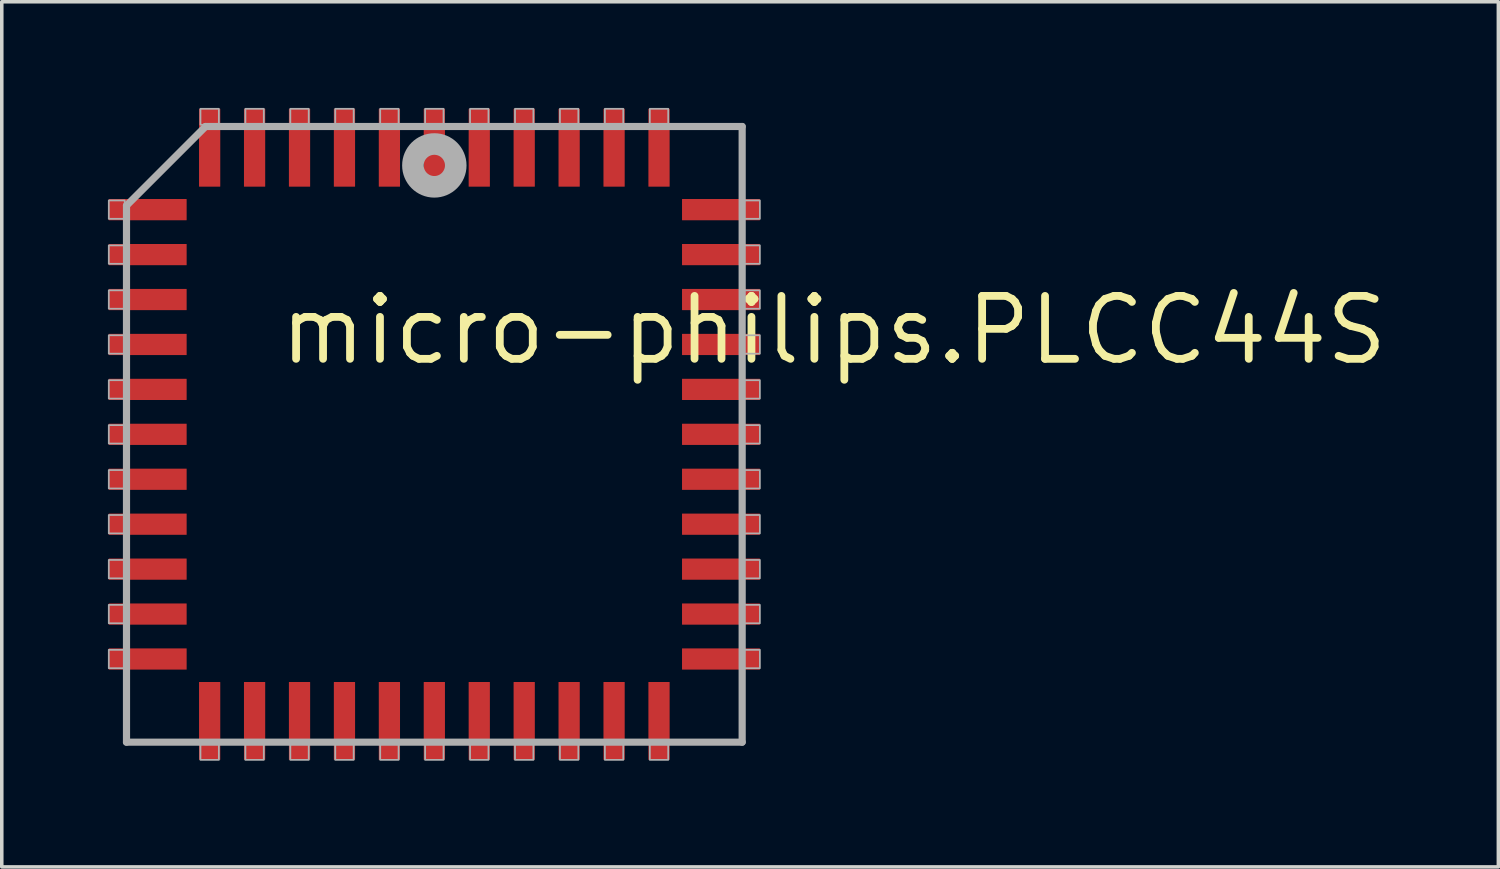
<source format=kicad_pcb>
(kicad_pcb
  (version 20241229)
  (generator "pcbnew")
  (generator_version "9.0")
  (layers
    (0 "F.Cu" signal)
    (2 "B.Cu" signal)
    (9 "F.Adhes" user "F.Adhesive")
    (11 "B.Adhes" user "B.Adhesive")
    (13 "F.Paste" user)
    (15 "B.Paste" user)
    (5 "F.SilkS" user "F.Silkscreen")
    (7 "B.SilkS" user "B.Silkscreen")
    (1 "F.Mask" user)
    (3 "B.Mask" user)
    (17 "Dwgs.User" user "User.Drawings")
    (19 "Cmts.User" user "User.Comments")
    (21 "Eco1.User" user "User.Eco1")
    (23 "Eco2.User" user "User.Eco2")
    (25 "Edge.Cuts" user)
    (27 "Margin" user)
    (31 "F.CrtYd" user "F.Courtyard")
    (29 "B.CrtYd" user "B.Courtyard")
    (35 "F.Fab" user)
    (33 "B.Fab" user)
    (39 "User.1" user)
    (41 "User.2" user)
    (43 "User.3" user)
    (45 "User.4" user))
  (footprint "micro-philips.PLCC44S"
    (layer "F.Cu")
    (at 9.225 9.225)
    (property "Reference" "micro-philips.PLCC44S" (at -4.475 -1.905 0) (layer "F.SilkS") (effects (font (size 1.778 1.778) (thickness 0.22)) (justify left bottom)))
    (attr smd)
    (fp_line (start -8.7 -6.465) (end -8.7 8.7) (stroke (width 0.203) (type default)) (layer "F.Fab"))
    (fp_line (start -8.7 8.7) (end 8.7 8.7) (stroke (width 0.203) (type default)) (layer "F.Fab"))
    (fp_line (start -6.465 -8.7) (end -8.7 -6.465) (stroke (width 0.203) (type default)) (layer "F.Fab"))
    (fp_line (start 8.7 -8.7) (end -6.465 -8.7) (stroke (width 0.203) (type default)) (layer "F.Fab"))
    (fp_line (start 8.7 8.7) (end 8.7 -8.7) (stroke (width 0.203) (type default)) (layer "F.Fab"))
    (fp_rect (start -9.2 -6.09) (end -8.75 -6.61) (stroke (width 0.05) (type default)) (fill no) (layer "F.Fab"))
    (fp_rect (start -9.2 -4.82) (end -8.75 -5.34) (stroke (width 0.05) (type default)) (fill no) (layer "F.Fab"))
    (fp_rect (start -9.2 -3.55) (end -8.75 -4.07) (stroke (width 0.05) (type default)) (fill no) (layer "F.Fab"))
    (fp_rect (start -9.2 -2.28) (end -8.75 -2.8) (stroke (width 0.05) (type default)) (fill no) (layer "F.Fab"))
    (fp_rect (start -9.2 -1.01) (end -8.75 -1.53) (stroke (width 0.05) (type default)) (fill no) (layer "F.Fab"))
    (fp_rect (start -9.2 0.26) (end -8.75 -0.26) (stroke (width 0.05) (type default)) (fill no) (layer "F.Fab"))
    (fp_rect (start -9.2 1.53) (end -8.75 1.01) (stroke (width 0.05) (type default)) (fill no) (layer "F.Fab"))
    (fp_rect (start -9.2 2.8) (end -8.75 2.28) (stroke (width 0.05) (type default)) (fill no) (layer "F.Fab"))
    (fp_rect (start -9.2 4.07) (end -8.75 3.55) (stroke (width 0.05) (type default)) (fill no) (layer "F.Fab"))
    (fp_rect (start -9.2 5.34) (end -8.75 4.82) (stroke (width 0.05) (type default)) (fill no) (layer "F.Fab"))
    (fp_rect (start -9.2 6.61) (end -8.75 6.09) (stroke (width 0.05) (type default)) (fill no) (layer "F.Fab"))
    (fp_rect (start -6.61 -8.75) (end -6.09 -9.2) (stroke (width 0.05) (type default)) (fill no) (layer "F.Fab"))
    (fp_rect (start -6.61 9.2) (end -6.09 8.75) (stroke (width 0.05) (type default)) (fill no) (layer "F.Fab"))
    (fp_rect (start -5.34 -8.75) (end -4.82 -9.2) (stroke (width 0.05) (type default)) (fill no) (layer "F.Fab"))
    (fp_rect (start -5.34 9.2) (end -4.82 8.75) (stroke (width 0.05) (type default)) (fill no) (layer "F.Fab"))
    (fp_rect (start -4.07 -8.75) (end -3.55 -9.2) (stroke (width 0.05) (type default)) (fill no) (layer "F.Fab"))
    (fp_rect (start -4.07 9.2) (end -3.55 8.75) (stroke (width 0.05) (type default)) (fill no) (layer "F.Fab"))
    (fp_rect (start -2.8 -8.75) (end -2.28 -9.2) (stroke (width 0.05) (type default)) (fill no) (layer "F.Fab"))
    (fp_rect (start -2.8 9.2) (end -2.28 8.75) (stroke (width 0.05) (type default)) (fill no) (layer "F.Fab"))
    (fp_rect (start -1.53 -8.75) (end -1.01 -9.2) (stroke (width 0.05) (type default)) (fill no) (layer "F.Fab"))
    (fp_rect (start -1.53 9.2) (end -1.01 8.75) (stroke (width 0.05) (type default)) (fill no) (layer "F.Fab"))
    (fp_rect (start -0.26 -8.75) (end 0.26 -9.2) (stroke (width 0.05) (type default)) (fill no) (layer "F.Fab"))
    (fp_rect (start -0.26 9.2) (end 0.26 8.75) (stroke (width 0.05) (type default)) (fill no) (layer "F.Fab"))
    (fp_rect (start 1.01 -8.75) (end 1.53 -9.2) (stroke (width 0.05) (type default)) (fill no) (layer "F.Fab"))
    (fp_rect (start 1.01 9.2) (end 1.53 8.75) (stroke (width 0.05) (type default)) (fill no) (layer "F.Fab"))
    (fp_rect (start 2.28 -8.75) (end 2.8 -9.2) (stroke (width 0.05) (type default)) (fill no) (layer "F.Fab"))
    (fp_rect (start 2.28 9.2) (end 2.8 8.75) (stroke (width 0.05) (type default)) (fill no) (layer "F.Fab"))
    (fp_rect (start 3.55 -8.75) (end 4.07 -9.2) (stroke (width 0.05) (type default)) (fill no) (layer "F.Fab"))
    (fp_rect (start 3.55 9.2) (end 4.07 8.75) (stroke (width 0.05) (type default)) (fill no) (layer "F.Fab"))
    (fp_rect (start 4.82 -8.75) (end 5.34 -9.2) (stroke (width 0.05) (type default)) (fill no) (layer "F.Fab"))
    (fp_rect (start 4.82 9.2) (end 5.34 8.75) (stroke (width 0.05) (type default)) (fill no) (layer "F.Fab"))
    (fp_rect (start 6.09 -8.75) (end 6.61 -9.2) (stroke (width 0.05) (type default)) (fill no) (layer "F.Fab"))
    (fp_rect (start 6.09 9.2) (end 6.61 8.75) (stroke (width 0.05) (type default)) (fill no) (layer "F.Fab"))
    (fp_rect (start 8.75 -6.09) (end 9.2 -6.61) (stroke (width 0.05) (type default)) (fill no) (layer "F.Fab"))
    (fp_rect (start 8.75 -4.82) (end 9.2 -5.34) (stroke (width 0.05) (type default)) (fill no) (layer "F.Fab"))
    (fp_rect (start 8.75 -3.55) (end 9.2 -4.07) (stroke (width 0.05) (type default)) (fill no) (layer "F.Fab"))
    (fp_rect (start 8.75 -2.28) (end 9.2 -2.8) (stroke (width 0.05) (type default)) (fill no) (layer "F.Fab"))
    (fp_rect (start 8.75 -1.01) (end 9.2 -1.53) (stroke (width 0.05) (type default)) (fill no) (layer "F.Fab"))
    (fp_rect (start 8.75 0.26) (end 9.2 -0.26) (stroke (width 0.05) (type default)) (fill no) (layer "F.Fab"))
    (fp_rect (start 8.75 1.53) (end 9.2 1.01) (stroke (width 0.05) (type default)) (fill no) (layer "F.Fab"))
    (fp_rect (start 8.75 2.8) (end 9.2 2.28) (stroke (width 0.05) (type default)) (fill no) (layer "F.Fab"))
    (fp_rect (start 8.75 4.07) (end 9.2 3.55) (stroke (width 0.05) (type default)) (fill no) (layer "F.Fab"))
    (fp_rect (start 8.75 5.34) (end 9.2 4.82) (stroke (width 0.05) (type default)) (fill no) (layer "F.Fab"))
    (fp_rect (start 8.75 6.61) (end 9.2 6.09) (stroke (width 0.05) (type default)) (fill no) (layer "F.Fab"))
    (fp_circle (center 0 -7.6) (end 0.3 -7.6) (stroke (width 0.61) (type default)) (fill no) (layer "F.Fab"))
    (pad "1" smd roundrect (at 0 -8.1) (size 0.6 2.2) (layers "F.Cu" "F.Mask" "F.Paste") (roundrect_rratio 0.01))
    (pad "2" smd roundrect (at -1.27 -8.1) (size 0.6 2.2) (layers "F.Cu" "F.Mask" "F.Paste") (roundrect_rratio 0.01))
    (pad "3" smd roundrect (at -2.54 -8.1) (size 0.6 2.2) (layers "F.Cu" "F.Mask" "F.Paste") (roundrect_rratio 0.01))
    (pad "4" smd roundrect (at -3.81 -8.1) (size 0.6 2.2) (layers "F.Cu" "F.Mask" "F.Paste") (roundrect_rratio 0.01))
    (pad "5" smd roundrect (at -5.08 -8.1) (size 0.6 2.2) (layers "F.Cu" "F.Mask" "F.Paste") (roundrect_rratio 0.01))
    (pad "6" smd roundrect (at -6.35 -8.1) (size 0.6 2.2) (layers "F.Cu" "F.Mask" "F.Paste") (roundrect_rratio 0.01))
    (pad "7" smd roundrect (at -8.1 -6.35) (size 2.2 0.6) (layers "F.Cu" "F.Mask" "F.Paste") (roundrect_rratio 0.01))
    (pad "8" smd roundrect (at -8.1 -5.08) (size 2.2 0.6) (layers "F.Cu" "F.Mask" "F.Paste") (roundrect_rratio 0.01))
    (pad "9" smd roundrect (at -8.1 -3.81) (size 2.2 0.6) (layers "F.Cu" "F.Mask" "F.Paste") (roundrect_rratio 0.01))
    (pad "10" smd roundrect (at -8.1 -2.54) (size 2.2 0.6) (layers "F.Cu" "F.Mask" "F.Paste") (roundrect_rratio 0.01))
    (pad "11" smd roundrect (at -8.1 -1.27) (size 2.2 0.6) (layers "F.Cu" "F.Mask" "F.Paste") (roundrect_rratio 0.01))
    (pad "12" smd roundrect (at -8.1 0) (size 2.2 0.6) (layers "F.Cu" "F.Mask" "F.Paste") (roundrect_rratio 0.01))
    (pad "13" smd roundrect (at -8.1 1.27) (size 2.2 0.6) (layers "F.Cu" "F.Mask" "F.Paste") (roundrect_rratio 0.01))
    (pad "14" smd roundrect (at -8.1 2.54) (size 2.2 0.6) (layers "F.Cu" "F.Mask" "F.Paste") (roundrect_rratio 0.01))
    (pad "15" smd roundrect (at -8.1 3.81) (size 2.2 0.6) (layers "F.Cu" "F.Mask" "F.Paste") (roundrect_rratio 0.01))
    (pad "16" smd roundrect (at -8.1 5.08) (size 2.2 0.6) (layers "F.Cu" "F.Mask" "F.Paste") (roundrect_rratio 0.01))
    (pad "17" smd roundrect (at -8.1 6.35) (size 2.2 0.6) (layers "F.Cu" "F.Mask" "F.Paste") (roundrect_rratio 0.01))
    (pad "18" smd roundrect (at -6.35 8.1) (size 0.6 2.2) (layers "F.Cu" "F.Mask" "F.Paste") (roundrect_rratio 0.01))
    (pad "19" smd roundrect (at -5.08 8.1) (size 0.6 2.2) (layers "F.Cu" "F.Mask" "F.Paste") (roundrect_rratio 0.01))
    (pad "20" smd roundrect (at -3.81 8.1) (size 0.6 2.2) (layers "F.Cu" "F.Mask" "F.Paste") (roundrect_rratio 0.01))
    (pad "21" smd roundrect (at -2.54 8.1) (size 0.6 2.2) (layers "F.Cu" "F.Mask" "F.Paste") (roundrect_rratio 0.01))
    (pad "22" smd roundrect (at -1.27 8.1) (size 0.6 2.2) (layers "F.Cu" "F.Mask" "F.Paste") (roundrect_rratio 0.01))
    (pad "23" smd roundrect (at 0 8.1) (size 0.6 2.2) (layers "F.Cu" "F.Mask" "F.Paste") (roundrect_rratio 0.01))
    (pad "24" smd roundrect (at 1.27 8.1) (size 0.6 2.2) (layers "F.Cu" "F.Mask" "F.Paste") (roundrect_rratio 0.01))
    (pad "25" smd roundrect (at 2.54 8.1) (size 0.6 2.2) (layers "F.Cu" "F.Mask" "F.Paste") (roundrect_rratio 0.01))
    (pad "26" smd roundrect (at 3.81 8.1) (size 0.6 2.2) (layers "F.Cu" "F.Mask" "F.Paste") (roundrect_rratio 0.01))
    (pad "27" smd roundrect (at 5.08 8.1) (size 0.6 2.2) (layers "F.Cu" "F.Mask" "F.Paste") (roundrect_rratio 0.01))
    (pad "28" smd roundrect (at 6.35 8.1) (size 0.6 2.2) (layers "F.Cu" "F.Mask" "F.Paste") (roundrect_rratio 0.01))
    (pad "29" smd roundrect (at 8.1 6.35) (size 2.2 0.6) (layers "F.Cu" "F.Mask" "F.Paste") (roundrect_rratio 0.01))
    (pad "30" smd roundrect (at 8.1 5.08) (size 2.2 0.6) (layers "F.Cu" "F.Mask" "F.Paste") (roundrect_rratio 0.01))
    (pad "31" smd roundrect (at 8.1 3.81) (size 2.2 0.6) (layers "F.Cu" "F.Mask" "F.Paste") (roundrect_rratio 0.01))
    (pad "32" smd roundrect (at 8.1 2.54) (size 2.2 0.6) (layers "F.Cu" "F.Mask" "F.Paste") (roundrect_rratio 0.01))
    (pad "33" smd roundrect (at 8.1 1.27) (size 2.2 0.6) (layers "F.Cu" "F.Mask" "F.Paste") (roundrect_rratio 0.01))
    (pad "34" smd roundrect (at 8.1 0) (size 2.2 0.6) (layers "F.Cu" "F.Mask" "F.Paste") (roundrect_rratio 0.01))
    (pad "35" smd roundrect (at 8.1 -1.27) (size 2.2 0.6) (layers "F.Cu" "F.Mask" "F.Paste") (roundrect_rratio 0.01))
    (pad "36" smd roundrect (at 8.1 -2.54) (size 2.2 0.6) (layers "F.Cu" "F.Mask" "F.Paste") (roundrect_rratio 0.01))
    (pad "37" smd roundrect (at 8.1 -3.81) (size 2.2 0.6) (layers "F.Cu" "F.Mask" "F.Paste") (roundrect_rratio 0.01))
    (pad "38" smd roundrect (at 8.1 -5.08) (size 2.2 0.6) (layers "F.Cu" "F.Mask" "F.Paste") (roundrect_rratio 0.01))
    (pad "39" smd roundrect (at 8.1 -6.35) (size 2.2 0.6) (layers "F.Cu" "F.Mask" "F.Paste") (roundrect_rratio 0.01))
    (pad "40" smd roundrect (at 6.35 -8.1) (size 0.6 2.2) (layers "F.Cu" "F.Mask" "F.Paste") (roundrect_rratio 0.01))
    (pad "41" smd roundrect (at 5.08 -8.1) (size 0.6 2.2) (layers "F.Cu" "F.Mask" "F.Paste") (roundrect_rratio 0.01))
    (pad "42" smd roundrect (at 3.81 -8.1) (size 0.6 2.2) (layers "F.Cu" "F.Mask" "F.Paste") (roundrect_rratio 0.01))
    (pad "43" smd roundrect (at 2.54 -8.1) (size 0.6 2.2) (layers "F.Cu" "F.Mask" "F.Paste") (roundrect_rratio 0.01))
    (pad "44" smd roundrect (at 1.27 -8.1) (size 0.6 2.2) (layers "F.Cu" "F.Mask" "F.Paste") (roundrect_rratio 0.01)))
  (gr_rect
    (start -3 -3)
    (end 39.296 21.45)
    (stroke (width 0.1) (type default))
    (fill no)
    (layer "Edge.Cuts")))
</source>
